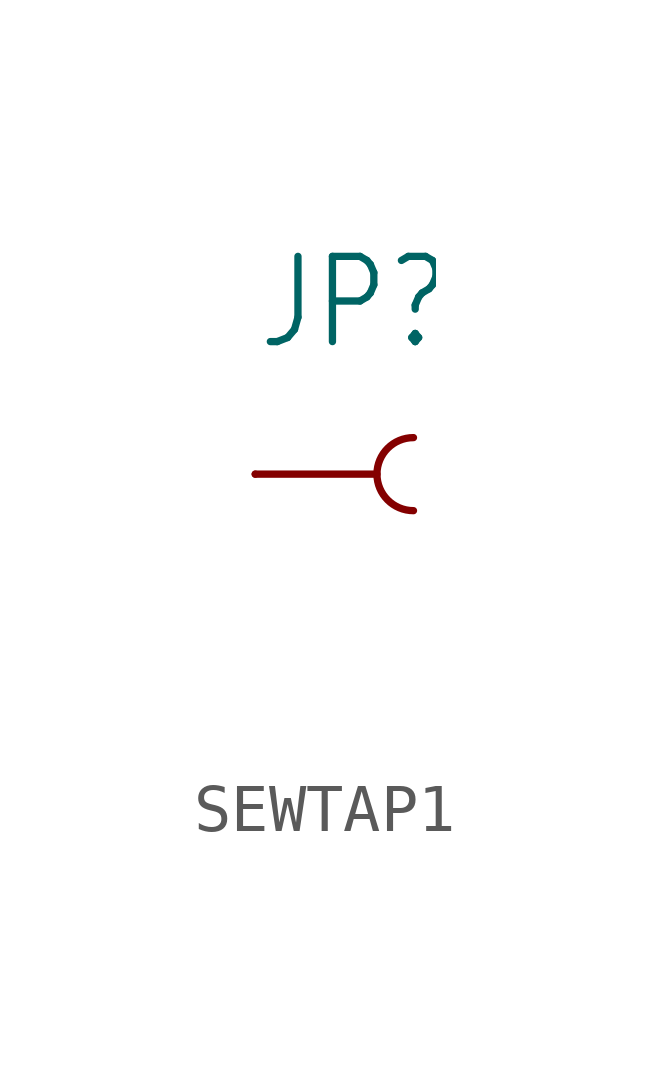
<source format=kicad_sym>
(kicad_symbol_lib
  (version 20220914)
  (generator kicad_symbol_editor)
  (symbol "SEWTAP1"
    (property "Reference" "JP"
      (at -2.54 2.54 0)
      (effects (font (size 1.778 1.511)) (justify left bottom)))
    (property "Value" ""
      (at -2.54 -5.08 0)
      (effects (font (size 1.778 1.511)) (justify left bottom)))
    (property "ki_locked" ""
      (at 0 0 0)
      (effects (font (size 1.27 1.27))))
    (symbol "SEWTAP1_1_0"
      (polyline (pts (xy 0 0) (xy -2.54 0)) (stroke (width 0.152) (type solid)) (fill (type none)))
      (arc (start 0.762 0.762) (mid 0 0) (end 0.762 -0.762) (stroke (width 0.1524) (type solid)) (fill (type none)))
      (pin bidirectional line (at -2.54 0 180) (length 0) (name "1" (effects (font (size 0 0)))) (number "1" (effects (font (size 0 0))))))))
</source>
